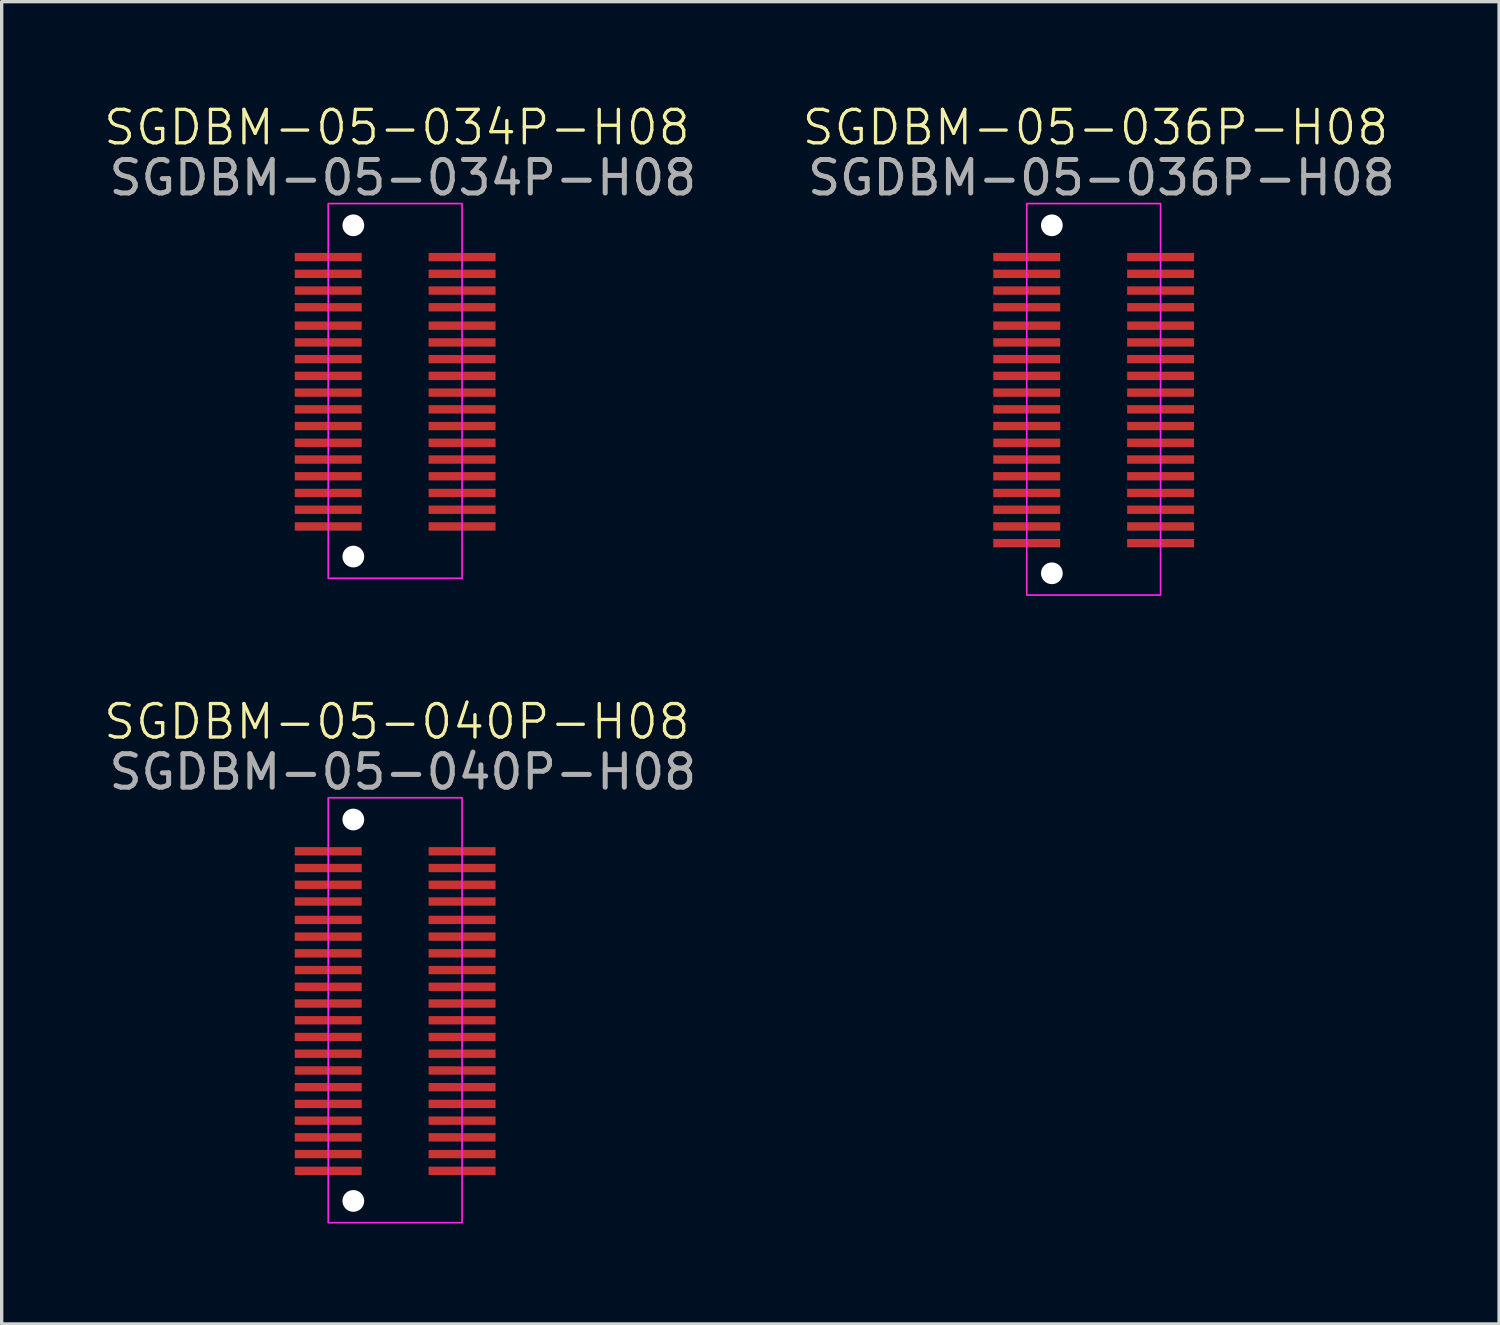
<source format=kicad_pcb>
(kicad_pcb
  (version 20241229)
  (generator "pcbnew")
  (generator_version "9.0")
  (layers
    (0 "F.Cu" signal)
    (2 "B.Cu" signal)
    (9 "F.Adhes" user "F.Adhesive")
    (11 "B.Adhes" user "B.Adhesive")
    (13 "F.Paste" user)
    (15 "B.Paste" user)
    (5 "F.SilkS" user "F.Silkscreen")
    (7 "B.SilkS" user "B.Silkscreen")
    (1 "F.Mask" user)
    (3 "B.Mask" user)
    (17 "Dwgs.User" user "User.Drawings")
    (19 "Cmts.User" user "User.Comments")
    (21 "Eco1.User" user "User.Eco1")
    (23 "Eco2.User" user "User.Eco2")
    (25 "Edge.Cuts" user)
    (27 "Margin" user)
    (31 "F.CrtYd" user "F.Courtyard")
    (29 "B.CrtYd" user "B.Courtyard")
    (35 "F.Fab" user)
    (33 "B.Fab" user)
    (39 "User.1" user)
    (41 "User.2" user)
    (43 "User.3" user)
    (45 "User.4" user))
  (footprint "SGDBM-05-040P-H08"
    (layer "F.Cu")
    (at 6.76 20.793)
    (property "Reference" "SGDBM-05-040P-H08" (at 2.052 -2.273 0) (unlocked yes) (layer "F.SilkS") (effects (font (size 1 1) (thickness 0.1))))
    (attr smd)
    (fp_rect (start 0 0) (end 4 12.7) (stroke (width 0.05) (type default)) (fill no) (layer "F.CrtYd"))
    (fp_text user "${REFERENCE}" (at 2.23 -0.772 0) (unlocked yes) (layer "F.Fab") (effects (font (size 1 1) (thickness 0.15))))
    (pad "" np_thru_hole circle (at 0.75 0.65) (size 0.65 0.65) (drill 0.65) (layers "*.Cu" "*.Mask"))
    (pad "" np_thru_hole circle (at 0.75 12.05) (size 0.65 0.65) (drill 0.65) (layers "*.Cu" "*.Mask"))
    (pad "1" smd rect (at 0 1.6 90) (size 0.25 2) (layers "F.Cu" "F.Mask" "F.Paste"))
    (pad "2" smd rect (at 4 1.6 90) (size 0.25 2) (layers "F.Cu" "F.Mask" "F.Paste"))
    (pad "3" smd rect (at 0 2.1 90) (size 0.25 2) (layers "F.Cu" "F.Mask" "F.Paste"))
    (pad "4" smd rect (at 4 2.1 90) (size 0.25 2) (layers "F.Cu" "F.Mask" "F.Paste"))
    (pad "5" smd rect (at 0 2.6 90) (size 0.25 2) (layers "F.Cu" "F.Mask" "F.Paste"))
    (pad "6" smd rect (at 4 2.6 90) (size 0.25 2) (layers "F.Cu" "F.Mask" "F.Paste"))
    (pad "7" smd rect (at 0 3.1 90) (size 0.25 2) (layers "F.Cu" "F.Mask" "F.Paste"))
    (pad "8" smd rect (at 4 3.1 90) (size 0.25 2) (layers "F.Cu" "F.Mask" "F.Paste"))
    (pad "9" smd rect (at 0 3.65 90) (size 0.25 2) (layers "F.Cu" "F.Mask" "F.Paste"))
    (pad "10" smd rect (at 4 3.65 90) (size 0.25 2) (layers "F.Cu" "F.Mask" "F.Paste"))
    (pad "11" smd rect (at 0 4.15 90) (size 0.25 2) (layers "F.Cu" "F.Mask" "F.Paste"))
    (pad "12" smd rect (at 4 4.15 90) (size 0.25 2) (layers "F.Cu" "F.Mask" "F.Paste"))
    (pad "13" smd rect (at 0 4.65 90) (size 0.25 2) (layers "F.Cu" "F.Mask" "F.Paste"))
    (pad "14" smd rect (at 4 4.65 90) (size 0.25 2) (layers "F.Cu" "F.Mask" "F.Paste"))
    (pad "15" smd rect (at 0 5.15 90) (size 0.25 2) (layers "F.Cu" "F.Mask" "F.Paste"))
    (pad "16" smd rect (at 4 5.15 90) (size 0.25 2) (layers "F.Cu" "F.Mask" "F.Paste"))
    (pad "17" smd rect (at 0 5.65 90) (size 0.25 2) (layers "F.Cu" "F.Mask" "F.Paste"))
    (pad "18" smd rect (at 4 5.65 90) (size 0.25 2) (layers "F.Cu" "F.Mask" "F.Paste"))
    (pad "19" smd rect (at 0 6.15 90) (size 0.25 2) (layers "F.Cu" "F.Mask" "F.Paste"))
    (pad "20" smd rect (at 4 6.15 90) (size 0.25 2) (layers "F.Cu" "F.Mask" "F.Paste"))
    (pad "21" smd rect (at 0 6.65 90) (size 0.25 2) (layers "F.Cu" "F.Mask" "F.Paste"))
    (pad "22" smd rect (at 4 6.65 90) (size 0.25 2) (layers "F.Cu" "F.Mask" "F.Paste"))
    (pad "23" smd rect (at 0 7.15 90) (size 0.25 2) (layers "F.Cu" "F.Mask" "F.Paste"))
    (pad "24" smd rect (at 4 7.15 90) (size 0.25 2) (layers "F.Cu" "F.Mask" "F.Paste"))
    (pad "25" smd rect (at 0 7.65 90) (size 0.25 2) (layers "F.Cu" "F.Mask" "F.Paste"))
    (pad "26" smd rect (at 4 7.65 90) (size 0.25 2) (layers "F.Cu" "F.Mask" "F.Paste"))
    (pad "27" smd rect (at 0 8.15 90) (size 0.25 2) (layers "F.Cu" "F.Mask" "F.Paste"))
    (pad "28" smd rect (at 4 8.15 90) (size 0.25 2) (layers "F.Cu" "F.Mask" "F.Paste"))
    (pad "29" smd rect (at 0 8.65 90) (size 0.25 2) (layers "F.Cu" "F.Mask" "F.Paste"))
    (pad "30" smd rect (at 4 8.65 90) (size 0.25 2) (layers "F.Cu" "F.Mask" "F.Paste"))
    (pad "31" smd rect (at 0 9.15 90) (size 0.25 2) (layers "F.Cu" "F.Mask" "F.Paste"))
    (pad "32" smd rect (at 4 9.15 90) (size 0.25 2) (layers "F.Cu" "F.Mask" "F.Paste"))
    (pad "33" smd rect (at 0 9.65 90) (size 0.25 2) (layers "F.Cu" "F.Mask" "F.Paste"))
    (pad "34" smd rect (at 4 9.65 90) (size 0.25 2) (layers "F.Cu" "F.Mask" "F.Paste"))
    (pad "35" smd rect (at 0 10.15 90) (size 0.25 2) (layers "F.Cu" "F.Mask" "F.Paste"))
    (pad "36" smd rect (at 4 10.15 90) (size 0.25 2) (layers "F.Cu" "F.Mask" "F.Paste"))
    (pad "37" smd rect (at 0 10.65 90) (size 0.25 2) (layers "F.Cu" "F.Mask" "F.Paste"))
    (pad "38" smd rect (at 4 10.65 90) (size 0.25 2) (layers "F.Cu" "F.Mask" "F.Paste"))
    (pad "39" smd rect (at 0 11.15 90) (size 0.25 2) (layers "F.Cu" "F.Mask" "F.Paste"))
    (pad "40" smd rect (at 4 11.15 90) (size 0.25 2) (layers "F.Cu" "F.Mask" "F.Paste")))
  (footprint "SGDBM-05-036P-H08"
    (layer "F.Cu")
    (at 27.637 4.634)
    (property "Reference" "SGDBM-05-036P-H08" (at 2.052 -3.873 0) (unlocked yes) (layer "F.SilkS") (effects (font (size 1 1) (thickness 0.1))))
    (attr smd)
    (fp_rect (start 0 -1.6) (end 4 10.1) (stroke (width 0.05) (type default)) (fill no) (layer "F.CrtYd"))
    (fp_text user "${REFERENCE}" (at 2.23 -2.372 0) (unlocked yes) (layer "F.Fab") (effects (font (size 1 1) (thickness 0.15))))
    (pad "" np_thru_hole circle (at 0.75 -0.95) (size 0.65 0.65) (drill 0.65) (layers "*.Cu" "*.Mask"))
    (pad "" np_thru_hole circle (at 0.75 9.45) (size 0.65 0.65) (drill 0.65) (layers "*.Cu" "*.Mask"))
    (pad "1" smd rect (at 0 0 90) (size 0.25 2) (layers "F.Cu" "F.Mask" "F.Paste"))
    (pad "2" smd rect (at 4 0 90) (size 0.25 2) (layers "F.Cu" "F.Mask" "F.Paste"))
    (pad "3" smd rect (at 0 0.5 90) (size 0.25 2) (layers "F.Cu" "F.Mask" "F.Paste"))
    (pad "4" smd rect (at 4 0.5 90) (size 0.25 2) (layers "F.Cu" "F.Mask" "F.Paste"))
    (pad "5" smd rect (at 0 1 90) (size 0.25 2) (layers "F.Cu" "F.Mask" "F.Paste"))
    (pad "6" smd rect (at 4 1 90) (size 0.25 2) (layers "F.Cu" "F.Mask" "F.Paste"))
    (pad "7" smd rect (at 0 1.5 90) (size 0.25 2) (layers "F.Cu" "F.Mask" "F.Paste"))
    (pad "8" smd rect (at 4 1.5 90) (size 0.25 2) (layers "F.Cu" "F.Mask" "F.Paste"))
    (pad "9" smd rect (at 0 2.05 90) (size 0.25 2) (layers "F.Cu" "F.Mask" "F.Paste"))
    (pad "10" smd rect (at 4 2.05 90) (size 0.25 2) (layers "F.Cu" "F.Mask" "F.Paste"))
    (pad "11" smd rect (at 0 2.55 90) (size 0.25 2) (layers "F.Cu" "F.Mask" "F.Paste"))
    (pad "12" smd rect (at 4 2.55 90) (size 0.25 2) (layers "F.Cu" "F.Mask" "F.Paste"))
    (pad "13" smd rect (at 0 3.05 90) (size 0.25 2) (layers "F.Cu" "F.Mask" "F.Paste"))
    (pad "14" smd rect (at 4 3.05 90) (size 0.25 2) (layers "F.Cu" "F.Mask" "F.Paste"))
    (pad "15" smd rect (at 0 3.55 90) (size 0.25 2) (layers "F.Cu" "F.Mask" "F.Paste"))
    (pad "16" smd rect (at 4 3.55 90) (size 0.25 2) (layers "F.Cu" "F.Mask" "F.Paste"))
    (pad "17" smd rect (at 0 4.05 90) (size 0.25 2) (layers "F.Cu" "F.Mask" "F.Paste"))
    (pad "18" smd rect (at 4 4.05 90) (size 0.25 2) (layers "F.Cu" "F.Mask" "F.Paste"))
    (pad "19" smd rect (at 0 4.55 90) (size 0.25 2) (layers "F.Cu" "F.Mask" "F.Paste"))
    (pad "20" smd rect (at 4 4.55 90) (size 0.25 2) (layers "F.Cu" "F.Mask" "F.Paste"))
    (pad "21" smd rect (at 0 5.05 90) (size 0.25 2) (layers "F.Cu" "F.Mask" "F.Paste"))
    (pad "22" smd rect (at 4 5.05 90) (size 0.25 2) (layers "F.Cu" "F.Mask" "F.Paste"))
    (pad "23" smd rect (at 0 5.55 90) (size 0.25 2) (layers "F.Cu" "F.Mask" "F.Paste"))
    (pad "24" smd rect (at 4 5.55 90) (size 0.25 2) (layers "F.Cu" "F.Mask" "F.Paste"))
    (pad "25" smd rect (at 0 6.05 90) (size 0.25 2) (layers "F.Cu" "F.Mask" "F.Paste"))
    (pad "26" smd rect (at 4 6.05 90) (size 0.25 2) (layers "F.Cu" "F.Mask" "F.Paste"))
    (pad "27" smd rect (at 0 6.55 90) (size 0.25 2) (layers "F.Cu" "F.Mask" "F.Paste"))
    (pad "28" smd rect (at 4 6.55 90) (size 0.25 2) (layers "F.Cu" "F.Mask" "F.Paste"))
    (pad "29" smd rect (at 0 7.05 90) (size 0.25 2) (layers "F.Cu" "F.Mask" "F.Paste"))
    (pad "30" smd rect (at 4 7.05 90) (size 0.25 2) (layers "F.Cu" "F.Mask" "F.Paste"))
    (pad "31" smd rect (at 0 7.55 90) (size 0.25 2) (layers "F.Cu" "F.Mask" "F.Paste"))
    (pad "32" smd rect (at 4 7.55 90) (size 0.25 2) (layers "F.Cu" "F.Mask" "F.Paste"))
    (pad "33" smd rect (at 0 8.05 90) (size 0.25 2) (layers "F.Cu" "F.Mask" "F.Paste"))
    (pad "34" smd rect (at 4 8.05 90) (size 0.25 2) (layers "F.Cu" "F.Mask" "F.Paste"))
    (pad "35" smd rect (at 0 8.55 90) (size 0.25 2) (layers "F.Cu" "F.Mask" "F.Paste"))
    (pad "36" smd rect (at 4 8.55 90) (size 0.25 2) (layers "F.Cu" "F.Mask" "F.Paste")))
  (footprint "SGDBM-05-034P-H08"
    (layer "F.Cu")
    (at 6.76 3.034)
    (property "Reference" "SGDBM-05-034P-H08" (at 2.052 -2.273 0) (unlocked yes) (layer "F.SilkS") (effects (font (size 1 1) (thickness 0.1))))
    (attr smd)
    (fp_rect (start 0 0) (end 4 11.2) (stroke (width 0.05) (type default)) (fill no) (layer "F.CrtYd"))
    (fp_text user "${REFERENCE}" (at 2.23 -0.772 0) (unlocked yes) (layer "F.Fab") (effects (font (size 1 1) (thickness 0.15))))
    (pad "" np_thru_hole circle (at 0.75 0.65) (size 0.65 0.65) (drill 0.65) (layers "*.Cu" "*.Mask"))
    (pad "" np_thru_hole circle (at 0.75 10.55) (size 0.65 0.65) (drill 0.65) (layers "*.Cu" "*.Mask"))
    (pad "1" smd rect (at 0 1.6 90) (size 0.25 2) (layers "F.Cu" "F.Mask" "F.Paste"))
    (pad "2" smd rect (at 4 1.6 90) (size 0.25 2) (layers "F.Cu" "F.Mask" "F.Paste"))
    (pad "3" smd rect (at 0 2.1 90) (size 0.25 2) (layers "F.Cu" "F.Mask" "F.Paste"))
    (pad "4" smd rect (at 4 2.1 90) (size 0.25 2) (layers "F.Cu" "F.Mask" "F.Paste"))
    (pad "5" smd rect (at 0 2.6 90) (size 0.25 2) (layers "F.Cu" "F.Mask" "F.Paste"))
    (pad "6" smd rect (at 4 2.6 90) (size 0.25 2) (layers "F.Cu" "F.Mask" "F.Paste"))
    (pad "7" smd rect (at 0 3.1 90) (size 0.25 2) (layers "F.Cu" "F.Mask" "F.Paste"))
    (pad "8" smd rect (at 4 3.1 90) (size 0.25 2) (layers "F.Cu" "F.Mask" "F.Paste"))
    (pad "9" smd rect (at 0 3.65 90) (size 0.25 2) (layers "F.Cu" "F.Mask" "F.Paste"))
    (pad "10" smd rect (at 4 3.65 90) (size 0.25 2) (layers "F.Cu" "F.Mask" "F.Paste"))
    (pad "11" smd rect (at 0 4.15 90) (size 0.25 2) (layers "F.Cu" "F.Mask" "F.Paste"))
    (pad "12" smd rect (at 4 4.15 90) (size 0.25 2) (layers "F.Cu" "F.Mask" "F.Paste"))
    (pad "13" smd rect (at 0 4.65 90) (size 0.25 2) (layers "F.Cu" "F.Mask" "F.Paste"))
    (pad "14" smd rect (at 4 4.65 90) (size 0.25 2) (layers "F.Cu" "F.Mask" "F.Paste"))
    (pad "15" smd rect (at 0 5.15 90) (size 0.25 2) (layers "F.Cu" "F.Mask" "F.Paste"))
    (pad "16" smd rect (at 4 5.15 90) (size 0.25 2) (layers "F.Cu" "F.Mask" "F.Paste"))
    (pad "17" smd rect (at 0 5.65 90) (size 0.25 2) (layers "F.Cu" "F.Mask" "F.Paste"))
    (pad "18" smd rect (at 4 5.65 90) (size 0.25 2) (layers "F.Cu" "F.Mask" "F.Paste"))
    (pad "19" smd rect (at 0 6.15 90) (size 0.25 2) (layers "F.Cu" "F.Mask" "F.Paste"))
    (pad "20" smd rect (at 4 6.15 90) (size 0.25 2) (layers "F.Cu" "F.Mask" "F.Paste"))
    (pad "21" smd rect (at 0 6.65 90) (size 0.25 2) (layers "F.Cu" "F.Mask" "F.Paste"))
    (pad "22" smd rect (at 4 6.65 90) (size 0.25 2) (layers "F.Cu" "F.Mask" "F.Paste"))
    (pad "23" smd rect (at 0 7.15 90) (size 0.25 2) (layers "F.Cu" "F.Mask" "F.Paste"))
    (pad "24" smd rect (at 4 7.15 90) (size 0.25 2) (layers "F.Cu" "F.Mask" "F.Paste"))
    (pad "25" smd rect (at 0 7.65 90) (size 0.25 2) (layers "F.Cu" "F.Mask" "F.Paste"))
    (pad "26" smd rect (at 4 7.65 90) (size 0.25 2) (layers "F.Cu" "F.Mask" "F.Paste"))
    (pad "27" smd rect (at 0 8.15 90) (size 0.25 2) (layers "F.Cu" "F.Mask" "F.Paste"))
    (pad "28" smd rect (at 4 8.15 90) (size 0.25 2) (layers "F.Cu" "F.Mask" "F.Paste"))
    (pad "29" smd rect (at 0 8.65 90) (size 0.25 2) (layers "F.Cu" "F.Mask" "F.Paste"))
    (pad "30" smd rect (at 4 8.65 90) (size 0.25 2) (layers "F.Cu" "F.Mask" "F.Paste"))
    (pad "31" smd rect (at 0 9.15 90) (size 0.25 2) (layers "F.Cu" "F.Mask" "F.Paste"))
    (pad "32" smd rect (at 4 9.15 90) (size 0.25 2) (layers "F.Cu" "F.Mask" "F.Paste"))
    (pad "33" smd rect (at 0 9.65 90) (size 0.25 2) (layers "F.Cu" "F.Mask" "F.Paste"))
    (pad "34" smd rect (at 4 9.65 90) (size 0.25 2) (layers "F.Cu" "F.Mask" "F.Paste")))
  (gr_rect
    (start -3 -3)
    (end 41.753 36.518)
    (stroke (width 0.1) (type default))
    (fill no)
    (layer "Edge.Cuts")))
</source>
